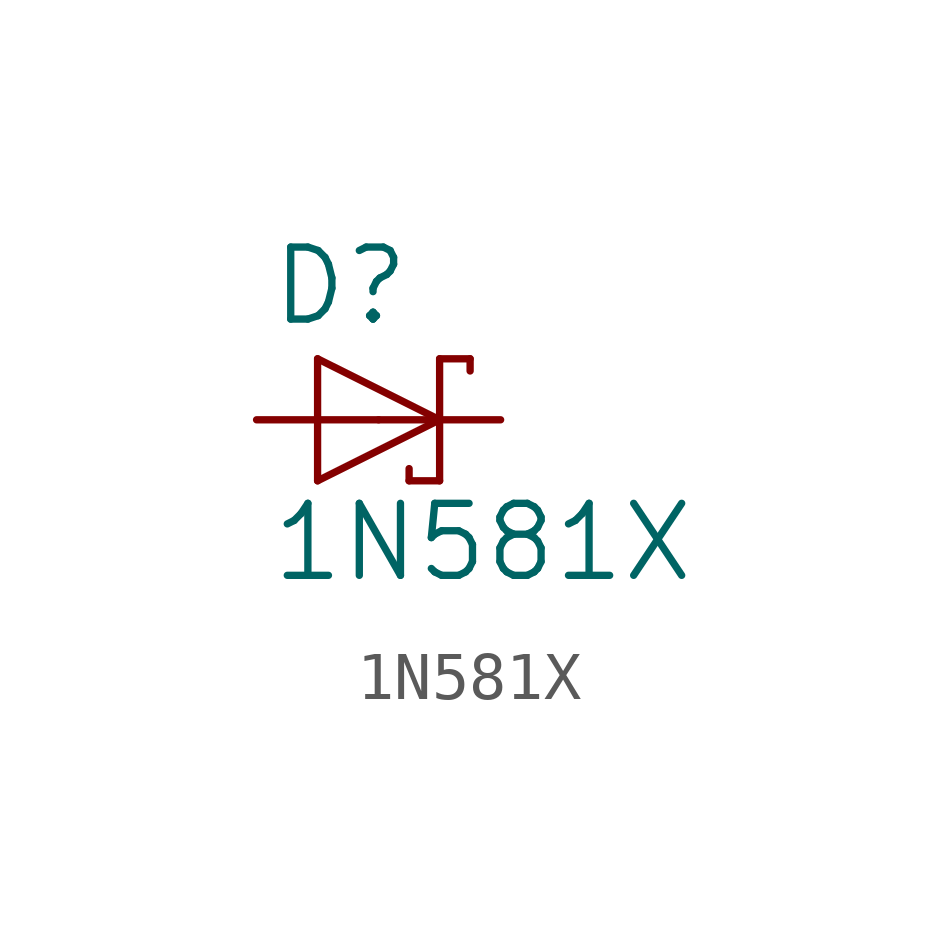
<source format=kicad_sym>
(kicad_symbol_lib
  (version 20211014)
  (generator kicad_symbol_editor)
  (symbol "1N581X"
    (pin_names
      (offset 1.016))
    (property "Reference" "D"
      (at -2.286 1.905 0)
      (effects (font (size 1.499 1.499)) (justify left bottom)))
    (property "Value" "1N581X"
      (at -2.286 -3.429 0)
      (effects (font (size 1.499 1.499)) (justify left bottom)))
    (property "ki_locked" ""
      (at 0 0 0)
      (effects (font (size 1.27 1.27))))
    (symbol "1N581X_1_0"
      (polyline (pts (xy -1.27 -1.27) (xy 1.27 0)) (stroke (width 0) (type default) (color 0 0 0 0)) (fill (type none)))
      (polyline (pts (xy -1.27 1.27) (xy -1.27 -1.27)) (stroke (width 0) (type default) (color 0 0 0 0)) (fill (type none)))
      (polyline (pts (xy 0.635 -1.016) (xy 0.635 -1.27)) (stroke (width 0) (type default) (color 0 0 0 0)) (fill (type none)))
      (polyline (pts (xy 1.27 -1.27) (xy 0.635 -1.27)) (stroke (width 0) (type default) (color 0 0 0 0)) (fill (type none)))
      (polyline (pts (xy 1.27 0) (xy -1.27 1.27)) (stroke (width 0) (type default) (color 0 0 0 0)) (fill (type none)))
      (polyline (pts (xy 1.27 0) (xy 1.27 -1.27)) (stroke (width 0) (type default) (color 0 0 0 0)) (fill (type none)))
      (polyline (pts (xy 1.27 1.27) (xy 1.27 0)) (stroke (width 0) (type default) (color 0 0 0 0)) (fill (type none)))
      (polyline (pts (xy 1.905 1.27) (xy 1.27 1.27)) (stroke (width 0) (type default) (color 0 0 0 0)) (fill (type none)))
      (polyline (pts (xy 1.905 1.27) (xy 1.905 1.016)) (stroke (width 0) (type default) (color 0 0 0 0)) (fill (type none)))
      (pin passive line (at -2.54 0 0) (length 2.54) (name "A" (effects (font (size 0 0)))) (number "A" (effects (font (size 0 0)))))
      (pin passive line (at 2.54 0 180) (length 2.54) (name "C" (effects (font (size 0 0)))) (number "C" (effects (font (size 0 0))))))))
</source>
